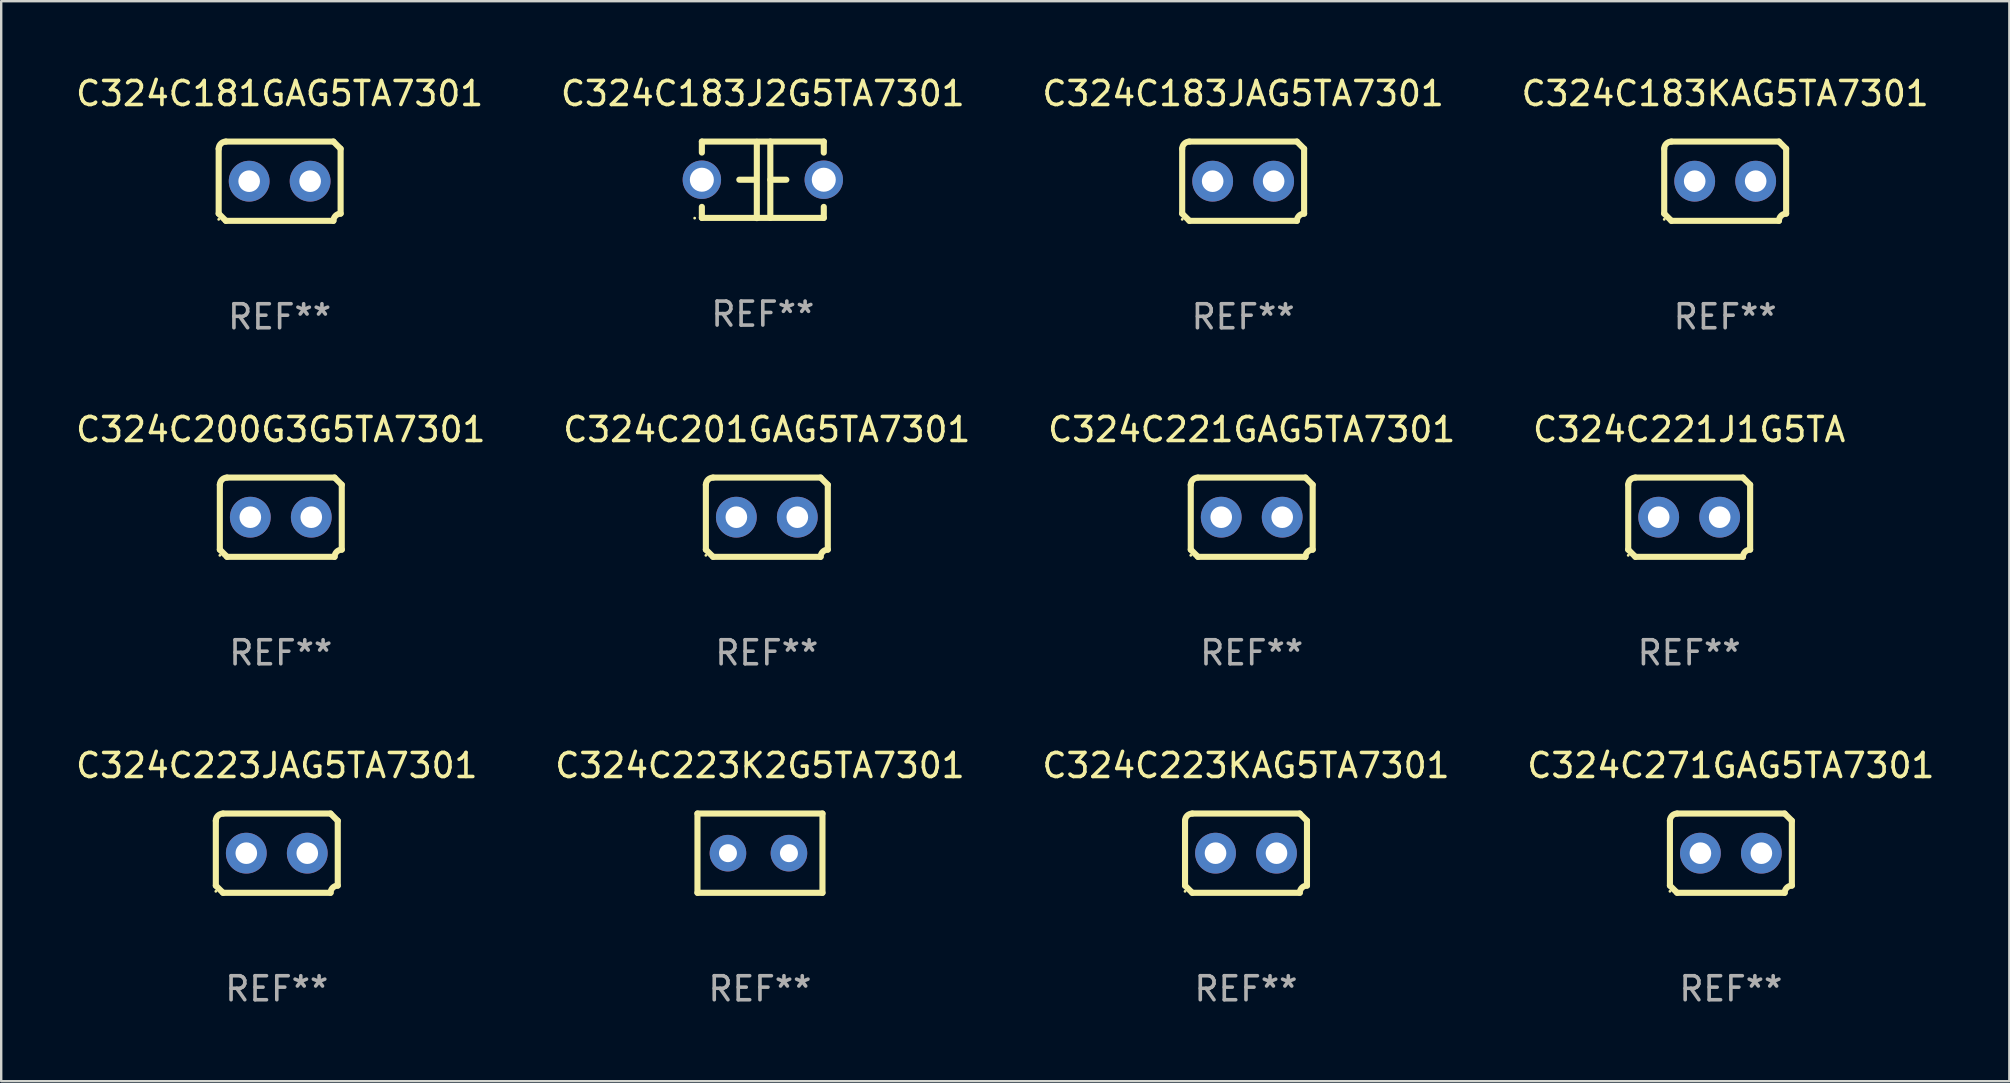
<source format=kicad_pcb>
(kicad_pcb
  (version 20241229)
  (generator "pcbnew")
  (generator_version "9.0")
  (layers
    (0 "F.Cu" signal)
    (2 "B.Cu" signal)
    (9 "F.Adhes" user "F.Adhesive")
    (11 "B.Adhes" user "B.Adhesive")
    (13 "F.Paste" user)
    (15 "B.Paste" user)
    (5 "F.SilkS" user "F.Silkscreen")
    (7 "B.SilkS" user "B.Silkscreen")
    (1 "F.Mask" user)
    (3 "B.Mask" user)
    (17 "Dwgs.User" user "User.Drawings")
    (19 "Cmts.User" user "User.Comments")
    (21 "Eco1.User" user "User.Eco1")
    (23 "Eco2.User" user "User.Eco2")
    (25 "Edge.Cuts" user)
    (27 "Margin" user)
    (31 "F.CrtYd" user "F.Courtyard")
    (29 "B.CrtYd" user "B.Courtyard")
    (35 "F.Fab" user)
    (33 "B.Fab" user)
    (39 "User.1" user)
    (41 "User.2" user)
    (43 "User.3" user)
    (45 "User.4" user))
  (footprint "C324C201GAG5TA7301"
    (layer "F.Cu")
    (at 28.899 18.498)
    (property "Reference" "C324C201GAG5TA7301" (at 0 -3.651 0) (layer "F.SilkS") (effects (font (size 1 1) (thickness 0.15))))
    (attr through_hole)
    (fp_line (start -2.54 -1.351) (end -2.54 1.351) (stroke (width 0.254) (type solid)) (layer "F.SilkS"))
    (fp_line (start -2.24 -1.651) (end 2.24 -1.651) (stroke (width 0.254) (type solid)) (layer "F.SilkS"))
    (fp_line (start 2.24 1.651) (end -2.24 1.651) (stroke (width 0.254) (type solid)) (layer "F.SilkS"))
    (fp_line (start 2.54 1.351) (end 2.54 -1.351) (stroke (width 0.254) (type solid)) (layer "F.SilkS"))
    (fp_arc (start -2.540005 -1.351283) (mid -2.450115 -1.561309) (end -2.240005 -1.651003) (stroke (width 0.254001) (type solid)) (layer "F.SilkS"))
    (fp_arc (start -2.240287 1.651001) (mid -2.390163 1.501019) (end -2.540005 1.351003) (stroke (width 0.254001) (type solid)) (layer "F.SilkS"))
    (fp_arc (start 2.240005 1.651003) (mid 2.329934 1.441015) (end 2.540005 1.351282) (stroke (width 0.254001) (type solid)) (layer "F.SilkS"))
    (fp_arc (start 2.540005 -1.351003) (mid 2.389393 -1.500252) (end 2.240284 -1.651003) (stroke (width 0.254001) (type solid)) (layer "F.SilkS"))
    (fp_circle (center -2.54 1.59) (end -2.51 1.59) (stroke (width 0.06) (type solid)) (fill no) (layer "F.SilkS"))
    (fp_text user "REF**" (at 0 5.651 0) (layer "F.Fab") (effects (font (size 1 1) (thickness 0.15))))
    (pad "1" thru_hole circle (at -1.27 0) (size 1.7 1.7) (drill 0.9) (layers "*.Cu" "*.Mask"))
    (pad "2" thru_hole circle (at 1.27 0) (size 1.7 1.7) (drill 0.9) (layers "*.Cu" "*.Mask")))
  (footprint "C324C183JAG5TA7301"
    (layer "F.Cu")
    (at 48.744 4.499)
    (property "Reference" "C324C183JAG5TA7301" (at 0 -3.651 0) (layer "F.SilkS") (effects (font (size 1 1) (thickness 0.15))))
    (attr through_hole)
    (fp_line (start -2.54 -1.351) (end -2.54 1.351) (stroke (width 0.254) (type solid)) (layer "F.SilkS"))
    (fp_line (start -2.24 -1.651) (end 2.24 -1.651) (stroke (width 0.254) (type solid)) (layer "F.SilkS"))
    (fp_line (start 2.24 1.651) (end -2.24 1.651) (stroke (width 0.254) (type solid)) (layer "F.SilkS"))
    (fp_line (start 2.54 1.351) (end 2.54 -1.351) (stroke (width 0.254) (type solid)) (layer "F.SilkS"))
    (fp_arc (start -2.540005 -1.351283) (mid -2.450115 -1.561309) (end -2.240005 -1.651003) (stroke (width 0.254001) (type solid)) (layer "F.SilkS"))
    (fp_arc (start -2.240287 1.651001) (mid -2.390163 1.501019) (end -2.540005 1.351003) (stroke (width 0.254001) (type solid)) (layer "F.SilkS"))
    (fp_arc (start 2.240005 1.651003) (mid 2.329934 1.441015) (end 2.540005 1.351282) (stroke (width 0.254001) (type solid)) (layer "F.SilkS"))
    (fp_arc (start 2.540005 -1.351003) (mid 2.389393 -1.500252) (end 2.240284 -1.651003) (stroke (width 0.254001) (type solid)) (layer "F.SilkS"))
    (fp_circle (center -2.54 1.59) (end -2.51 1.59) (stroke (width 0.06) (type solid)) (fill no) (layer "F.SilkS"))
    (fp_text user "REF**" (at 0 5.651 0) (layer "F.Fab") (effects (font (size 1 1) (thickness 0.15))))
    (pad "1" thru_hole circle (at -1.27 0) (size 1.7 1.7) (drill 0.9) (layers "*.Cu" "*.Mask"))
    (pad "2" thru_hole circle (at 1.27 0) (size 1.7 1.7) (drill 0.9) (layers "*.Cu" "*.Mask")))
  (footprint "C324C183J2G5TA7301"
    (layer "F.Cu")
    (at 28.732 4.443)
    (property "Reference" "C324C183J2G5TA7301" (at 0 -3.595 0) (layer "F.SilkS") (effects (font (size 1 1) (thickness 0.15))))
    (attr through_hole)
    (fp_line (start -2.54 -1.595) (end -2.54 -1.136) (stroke (width 0.254) (type solid)) (layer "F.SilkS"))
    (fp_line (start -2.54 -1.595) (end 2.54 -1.595) (stroke (width 0.254) (type solid)) (layer "F.SilkS"))
    (fp_line (start -2.54 1.126) (end -2.54 1.585) (stroke (width 0.254) (type solid)) (layer "F.SilkS"))
    (fp_line (start -0.312 -0.005) (end -0.98 -0.005) (stroke (width 0.254) (type solid)) (layer "F.SilkS"))
    (fp_line (start -0.25 -1.585) (end -0.25 1.595) (stroke (width 0.254) (type solid)) (layer "F.SilkS"))
    (fp_line (start 0.312 -1.595) (end 0.312 1.585) (stroke (width 0.254) (type solid)) (layer "F.SilkS"))
    (fp_line (start 0.312 -0.005) (end 0.98 -0.005) (stroke (width 0.254) (type solid)) (layer "F.SilkS"))
    (fp_line (start 2.54 -1.595) (end 2.54 -1.136) (stroke (width 0.254) (type solid)) (layer "F.SilkS"))
    (fp_line (start 2.54 1.126) (end 2.54 1.585) (stroke (width 0.254) (type solid)) (layer "F.SilkS"))
    (fp_line (start 2.54 1.585) (end -2.54 1.585) (stroke (width 0.254) (type solid)) (layer "F.SilkS"))
    (fp_circle (center -2.84 1.595) (end -2.81 1.595) (stroke (width 0.06) (type solid)) (fill no) (layer "F.SilkS"))
    (fp_text user "REF**" (at 0 5.595 0) (layer "F.Fab") (effects (font (size 1 1) (thickness 0.15))))
    (pad "1" thru_hole circle (at -2.54 -0.005) (size 1.6 1.6) (drill 1) (layers "*.Cu" "*.Mask"))
    (pad "2" thru_hole circle (at 2.54 -0.005) (size 1.6 1.6) (drill 1) (layers "*.Cu" "*.Mask")))
  (footprint "C324C183KAG5TA7301"
    (layer "F.Cu")
    (at 68.827 4.499)
    (property "Reference" "C324C183KAG5TA7301" (at 0 -3.651 0) (layer "F.SilkS") (effects (font (size 1 1) (thickness 0.15))))
    (attr through_hole)
    (fp_line (start -2.54 -1.351) (end -2.54 1.351) (stroke (width 0.254) (type solid)) (layer "F.SilkS"))
    (fp_line (start -2.24 -1.651) (end 2.24 -1.651) (stroke (width 0.254) (type solid)) (layer "F.SilkS"))
    (fp_line (start 2.24 1.651) (end -2.24 1.651) (stroke (width 0.254) (type solid)) (layer "F.SilkS"))
    (fp_line (start 2.54 1.351) (end 2.54 -1.351) (stroke (width 0.254) (type solid)) (layer "F.SilkS"))
    (fp_arc (start -2.540005 -1.351283) (mid -2.450115 -1.561309) (end -2.240005 -1.651003) (stroke (width 0.254001) (type solid)) (layer "F.SilkS"))
    (fp_arc (start -2.240287 1.651001) (mid -2.390163 1.501019) (end -2.540005 1.351003) (stroke (width 0.254001) (type solid)) (layer "F.SilkS"))
    (fp_arc (start 2.240005 1.651003) (mid 2.329934 1.441015) (end 2.540005 1.351282) (stroke (width 0.254001) (type solid)) (layer "F.SilkS"))
    (fp_arc (start 2.540005 -1.351003) (mid 2.389393 -1.500252) (end 2.240284 -1.651003) (stroke (width 0.254001) (type solid)) (layer "F.SilkS"))
    (fp_circle (center -2.54 1.59) (end -2.51 1.59) (stroke (width 0.06) (type solid)) (fill no) (layer "F.SilkS"))
    (fp_text user "REF**" (at 0 5.651 0) (layer "F.Fab") (effects (font (size 1 1) (thickness 0.15))))
    (pad "1" thru_hole circle (at -1.27 0) (size 1.7 1.7) (drill 0.9) (layers "*.Cu" "*.Mask"))
    (pad "2" thru_hole circle (at 1.27 0) (size 1.7 1.7) (drill 0.9) (layers "*.Cu" "*.Mask")))
  (footprint "C324C221GAG5TA7301"
    (layer "F.Cu")
    (at 49.101 18.498)
    (property "Reference" "C324C221GAG5TA7301" (at 0 -3.651 0) (layer "F.SilkS") (effects (font (size 1 1) (thickness 0.15))))
    (attr through_hole)
    (fp_line (start -2.54 -1.351) (end -2.54 1.351) (stroke (width 0.254) (type solid)) (layer "F.SilkS"))
    (fp_line (start -2.24 -1.651) (end 2.24 -1.651) (stroke (width 0.254) (type solid)) (layer "F.SilkS"))
    (fp_line (start 2.24 1.651) (end -2.24 1.651) (stroke (width 0.254) (type solid)) (layer "F.SilkS"))
    (fp_line (start 2.54 1.351) (end 2.54 -1.351) (stroke (width 0.254) (type solid)) (layer "F.SilkS"))
    (fp_arc (start -2.540005 -1.351283) (mid -2.450115 -1.561309) (end -2.240005 -1.651003) (stroke (width 0.254001) (type solid)) (layer "F.SilkS"))
    (fp_arc (start -2.240287 1.651001) (mid -2.390163 1.501019) (end -2.540005 1.351003) (stroke (width 0.254001) (type solid)) (layer "F.SilkS"))
    (fp_arc (start 2.240005 1.651003) (mid 2.329934 1.441015) (end 2.540005 1.351282) (stroke (width 0.254001) (type solid)) (layer "F.SilkS"))
    (fp_arc (start 2.540005 -1.351003) (mid 2.389393 -1.500252) (end 2.240284 -1.651003) (stroke (width 0.254001) (type solid)) (layer "F.SilkS"))
    (fp_circle (center -2.54 1.59) (end -2.51 1.59) (stroke (width 0.06) (type solid)) (fill no) (layer "F.SilkS"))
    (fp_text user "REF**" (at 0 5.651 0) (layer "F.Fab") (effects (font (size 1 1) (thickness 0.15))))
    (pad "1" thru_hole circle (at -1.27 0) (size 1.7 1.7) (drill 0.9) (layers "*.Cu" "*.Mask"))
    (pad "2" thru_hole circle (at 1.27 0) (size 1.7 1.7) (drill 0.9) (layers "*.Cu" "*.Mask")))
  (footprint "C324C200G3G5TA7301"
    (layer "F.Cu")
    (at 8.649 18.498)
    (property "Reference" "C324C200G3G5TA7301" (at 0 -3.651 0) (layer "F.SilkS") (effects (font (size 1 1) (thickness 0.15))))
    (attr through_hole)
    (fp_line (start -2.54 -1.351) (end -2.54 1.351) (stroke (width 0.254) (type solid)) (layer "F.SilkS"))
    (fp_line (start -2.24 -1.651) (end 2.24 -1.651) (stroke (width 0.254) (type solid)) (layer "F.SilkS"))
    (fp_line (start 2.24 1.651) (end -2.24 1.651) (stroke (width 0.254) (type solid)) (layer "F.SilkS"))
    (fp_line (start 2.54 1.351) (end 2.54 -1.351) (stroke (width 0.254) (type solid)) (layer "F.SilkS"))
    (fp_arc (start -2.540005 -1.351283) (mid -2.450115 -1.561309) (end -2.240005 -1.651003) (stroke (width 0.254001) (type solid)) (layer "F.SilkS"))
    (fp_arc (start -2.240287 1.651001) (mid -2.390163 1.501019) (end -2.540005 1.351003) (stroke (width 0.254001) (type solid)) (layer "F.SilkS"))
    (fp_arc (start 2.240005 1.651003) (mid 2.329934 1.441015) (end 2.540005 1.351282) (stroke (width 0.254001) (type solid)) (layer "F.SilkS"))
    (fp_arc (start 2.540005 -1.351003) (mid 2.389393 -1.500252) (end 2.240284 -1.651003) (stroke (width 0.254001) (type solid)) (layer "F.SilkS"))
    (fp_circle (center -2.54 1.59) (end -2.51 1.59) (stroke (width 0.06) (type solid)) (fill no) (layer "F.SilkS"))
    (fp_text user "REF**" (at 0 5.651 0) (layer "F.Fab") (effects (font (size 1 1) (thickness 0.15))))
    (pad "1" thru_hole circle (at -1.27 0) (size 1.7 1.7) (drill 0.9) (layers "*.Cu" "*.Mask"))
    (pad "2" thru_hole circle (at 1.27 0) (size 1.7 1.7) (drill 0.9) (layers "*.Cu" "*.Mask")))
  (footprint "C324C223KAG5TA7301"
    (layer "F.Cu")
    (at 48.863 32.496)
    (property "Reference" "C324C223KAG5TA7301" (at 0 -3.651 0) (layer "F.SilkS") (effects (font (size 1 1) (thickness 0.15))))
    (attr through_hole)
    (fp_line (start -2.54 -1.351) (end -2.54 1.351) (stroke (width 0.254) (type solid)) (layer "F.SilkS"))
    (fp_line (start -2.24 -1.651) (end 2.24 -1.651) (stroke (width 0.254) (type solid)) (layer "F.SilkS"))
    (fp_line (start 2.24 1.651) (end -2.24 1.651) (stroke (width 0.254) (type solid)) (layer "F.SilkS"))
    (fp_line (start 2.54 1.351) (end 2.54 -1.351) (stroke (width 0.254) (type solid)) (layer "F.SilkS"))
    (fp_arc (start -2.540005 -1.351283) (mid -2.450115 -1.561309) (end -2.240005 -1.651003) (stroke (width 0.254001) (type solid)) (layer "F.SilkS"))
    (fp_arc (start -2.240287 1.651001) (mid -2.390163 1.501019) (end -2.540005 1.351003) (stroke (width 0.254001) (type solid)) (layer "F.SilkS"))
    (fp_arc (start 2.240005 1.651003) (mid 2.329934 1.441015) (end 2.540005 1.351282) (stroke (width 0.254001) (type solid)) (layer "F.SilkS"))
    (fp_arc (start 2.540005 -1.351003) (mid 2.389393 -1.500252) (end 2.240284 -1.651003) (stroke (width 0.254001) (type solid)) (layer "F.SilkS"))
    (fp_circle (center -2.54 1.59) (end -2.51 1.59) (stroke (width 0.06) (type solid)) (fill no) (layer "F.SilkS"))
    (fp_text user "REF**" (at 0 5.651 0) (layer "F.Fab") (effects (font (size 1 1) (thickness 0.15))))
    (pad "1" thru_hole circle (at -1.27 0) (size 1.7 1.7) (drill 0.9) (layers "*.Cu" "*.Mask"))
    (pad "2" thru_hole circle (at 1.27 0) (size 1.7 1.7) (drill 0.9) (layers "*.Cu" "*.Mask")))
  (footprint "C324C223K2G5TA7301"
    (layer "F.Cu")
    (at 28.613 32.496)
    (property "Reference" "C324C223K2G5TA7301" (at 0 -3.651 0) (layer "F.SilkS") (effects (font (size 1 1) (thickness 0.15))))
    (attr through_hole)
    (fp_line (start -2.604 -1.651) (end 2.604 -1.651) (stroke (width 0.254) (type solid)) (layer "F.SilkS"))
    (fp_line (start -2.604 1.651) (end -2.604 -1.651) (stroke (width 0.254) (type solid)) (layer "F.SilkS"))
    (fp_line (start 2.604 -1.651) (end 2.604 1.651) (stroke (width 0.254) (type solid)) (layer "F.SilkS"))
    (fp_line (start 2.604 1.651) (end -2.604 1.651) (stroke (width 0.254) (type solid)) (layer "F.SilkS"))
    (fp_circle (center -2.614 1.6) (end -2.584 1.6) (stroke (width 0.06) (type solid)) (fill no) (layer "F.SilkS"))
    (fp_text user "REF**" (at 0 5.651 0) (layer "F.Fab") (effects (font (size 1 1) (thickness 0.15))))
    (pad "1" thru_hole circle (at -1.334 0) (size 1.524 1.524) (drill 0.75) (layers "*.Cu" "*.Mask"))
    (pad "2" thru_hole circle (at 1.207 0) (size 1.524 1.524) (drill 0.75) (layers "*.Cu" "*.Mask")))
  (footprint "C324C271GAG5TA7301"
    (layer "F.Cu")
    (at 69.065 32.496)
    (property "Reference" "C324C271GAG5TA7301" (at 0 -3.651 0) (layer "F.SilkS") (effects (font (size 1 1) (thickness 0.15))))
    (attr through_hole)
    (fp_line (start -2.54 -1.351) (end -2.54 1.351) (stroke (width 0.254) (type solid)) (layer "F.SilkS"))
    (fp_line (start -2.24 -1.651) (end 2.24 -1.651) (stroke (width 0.254) (type solid)) (layer "F.SilkS"))
    (fp_line (start 2.24 1.651) (end -2.24 1.651) (stroke (width 0.254) (type solid)) (layer "F.SilkS"))
    (fp_line (start 2.54 1.351) (end 2.54 -1.351) (stroke (width 0.254) (type solid)) (layer "F.SilkS"))
    (fp_arc (start -2.540005 -1.351283) (mid -2.450115 -1.561309) (end -2.240005 -1.651003) (stroke (width 0.254001) (type solid)) (layer "F.SilkS"))
    (fp_arc (start -2.240287 1.651001) (mid -2.390163 1.501019) (end -2.540005 1.351003) (stroke (width 0.254001) (type solid)) (layer "F.SilkS"))
    (fp_arc (start 2.240005 1.651003) (mid 2.329934 1.441015) (end 2.540005 1.351282) (stroke (width 0.254001) (type solid)) (layer "F.SilkS"))
    (fp_arc (start 2.540005 -1.351003) (mid 2.389393 -1.500252) (end 2.240284 -1.651003) (stroke (width 0.254001) (type solid)) (layer "F.SilkS"))
    (fp_circle (center -2.54 1.59) (end -2.51 1.59) (stroke (width 0.06) (type solid)) (fill no) (layer "F.SilkS"))
    (fp_text user "REF**" (at 0 5.651 0) (layer "F.Fab") (effects (font (size 1 1) (thickness 0.15))))
    (pad "1" thru_hole circle (at -1.27 0) (size 1.7 1.7) (drill 0.9) (layers "*.Cu" "*.Mask"))
    (pad "2" thru_hole circle (at 1.27 0) (size 1.7 1.7) (drill 0.9) (layers "*.Cu" "*.Mask")))
  (footprint "C324C181GAG5TA7301"
    (layer "F.Cu")
    (at 8.601 4.499)
    (property "Reference" "C324C181GAG5TA7301" (at 0 -3.651 0) (layer "F.SilkS") (effects (font (size 1 1) (thickness 0.15))))
    (attr through_hole)
    (fp_line (start -2.54 -1.351) (end -2.54 1.351) (stroke (width 0.254) (type solid)) (layer "F.SilkS"))
    (fp_line (start -2.24 -1.651) (end 2.24 -1.651) (stroke (width 0.254) (type solid)) (layer "F.SilkS"))
    (fp_line (start 2.24 1.651) (end -2.24 1.651) (stroke (width 0.254) (type solid)) (layer "F.SilkS"))
    (fp_line (start 2.54 1.351) (end 2.54 -1.351) (stroke (width 0.254) (type solid)) (layer "F.SilkS"))
    (fp_arc (start -2.540005 -1.351283) (mid -2.450115 -1.561309) (end -2.240005 -1.651003) (stroke (width 0.254001) (type solid)) (layer "F.SilkS"))
    (fp_arc (start -2.240287 1.651001) (mid -2.390163 1.501019) (end -2.540005 1.351003) (stroke (width 0.254001) (type solid)) (layer "F.SilkS"))
    (fp_arc (start 2.240005 1.651003) (mid 2.329934 1.441015) (end 2.540005 1.351282) (stroke (width 0.254001) (type solid)) (layer "F.SilkS"))
    (fp_arc (start 2.540005 -1.351003) (mid 2.389393 -1.500252) (end 2.240284 -1.651003) (stroke (width 0.254001) (type solid)) (layer "F.SilkS"))
    (fp_circle (center -2.54 1.59) (end -2.51 1.59) (stroke (width 0.06) (type solid)) (fill no) (layer "F.SilkS"))
    (fp_text user "REF**" (at 0 5.651 0) (layer "F.Fab") (effects (font (size 1 1) (thickness 0.15))))
    (pad "1" thru_hole circle (at -1.27 0) (size 1.7 1.7) (drill 0.9) (layers "*.Cu" "*.Mask"))
    (pad "2" thru_hole circle (at 1.27 0) (size 1.7 1.7) (drill 0.9) (layers "*.Cu" "*.Mask")))
  (footprint "C324C221J1G5TA"
    (layer "F.Cu")
    (at 67.327 18.498)
    (property "Reference" "C324C221J1G5TA" (at 0 -3.651 0) (layer "F.SilkS") (effects (font (size 1 1) (thickness 0.15))))
    (attr through_hole)
    (fp_line (start -2.54 -1.351) (end -2.54 1.351) (stroke (width 0.254) (type solid)) (layer "F.SilkS"))
    (fp_line (start -2.24 -1.651) (end 2.24 -1.651) (stroke (width 0.254) (type solid)) (layer "F.SilkS"))
    (fp_line (start 2.24 1.651) (end -2.24 1.651) (stroke (width 0.254) (type solid)) (layer "F.SilkS"))
    (fp_line (start 2.54 1.351) (end 2.54 -1.351) (stroke (width 0.254) (type solid)) (layer "F.SilkS"))
    (fp_arc (start -2.540005 -1.351283) (mid -2.450115 -1.561309) (end -2.240005 -1.651003) (stroke (width 0.254001) (type solid)) (layer "F.SilkS"))
    (fp_arc (start -2.240287 1.651001) (mid -2.390163 1.501019) (end -2.540005 1.351003) (stroke (width 0.254001) (type solid)) (layer "F.SilkS"))
    (fp_arc (start 2.240005 1.651003) (mid 2.329934 1.441015) (end 2.540005 1.351282) (stroke (width 0.254001) (type solid)) (layer "F.SilkS"))
    (fp_arc (start 2.540005 -1.351003) (mid 2.389393 -1.500252) (end 2.240284 -1.651003) (stroke (width 0.254001) (type solid)) (layer "F.SilkS"))
    (fp_circle (center -2.54 1.59) (end -2.51 1.59) (stroke (width 0.06) (type solid)) (fill no) (layer "F.SilkS"))
    (fp_text user "REF**" (at 0 5.651 0) (layer "F.Fab") (effects (font (size 1 1) (thickness 0.15))))
    (pad "1" thru_hole circle (at -1.27 0) (size 1.7 1.7) (drill 0.9) (layers "*.Cu" "*.Mask"))
    (pad "2" thru_hole circle (at 1.27 0) (size 1.7 1.7) (drill 0.9) (layers "*.Cu" "*.Mask")))
  (footprint "C324C223JAG5TA7301"
    (layer "F.Cu")
    (at 8.482 32.496)
    (property "Reference" "C324C223JAG5TA7301" (at 0 -3.651 0) (layer "F.SilkS") (effects (font (size 1 1) (thickness 0.15))))
    (attr through_hole)
    (fp_line (start -2.54 -1.351) (end -2.54 1.351) (stroke (width 0.254) (type solid)) (layer "F.SilkS"))
    (fp_line (start -2.24 -1.651) (end 2.24 -1.651) (stroke (width 0.254) (type solid)) (layer "F.SilkS"))
    (fp_line (start 2.24 1.651) (end -2.24 1.651) (stroke (width 0.254) (type solid)) (layer "F.SilkS"))
    (fp_line (start 2.54 1.351) (end 2.54 -1.351) (stroke (width 0.254) (type solid)) (layer "F.SilkS"))
    (fp_arc (start -2.540005 -1.351283) (mid -2.450115 -1.561309) (end -2.240005 -1.651003) (stroke (width 0.254001) (type solid)) (layer "F.SilkS"))
    (fp_arc (start -2.240287 1.651001) (mid -2.390163 1.501019) (end -2.540005 1.351003) (stroke (width 0.254001) (type solid)) (layer "F.SilkS"))
    (fp_arc (start 2.240005 1.651003) (mid 2.329934 1.441015) (end 2.540005 1.351282) (stroke (width 0.254001) (type solid)) (layer "F.SilkS"))
    (fp_arc (start 2.540005 -1.351003) (mid 2.389393 -1.500252) (end 2.240284 -1.651003) (stroke (width 0.254001) (type solid)) (layer "F.SilkS"))
    (fp_circle (center -2.54 1.59) (end -2.51 1.59) (stroke (width 0.06) (type solid)) (fill no) (layer "F.SilkS"))
    (fp_text user "REF**" (at 0 5.651 0) (layer "F.Fab") (effects (font (size 1 1) (thickness 0.15))))
    (pad "1" thru_hole circle (at -1.27 0) (size 1.7 1.7) (drill 0.9) (layers "*.Cu" "*.Mask"))
    (pad "2" thru_hole circle (at 1.27 0) (size 1.7 1.7) (drill 0.9) (layers "*.Cu" "*.Mask")))
  (gr_rect
    (start -3 -3)
    (end 80.667 41.996)
    (stroke (width 0.1) (type default))
    (fill no)
    (layer "Edge.Cuts")))
</source>
